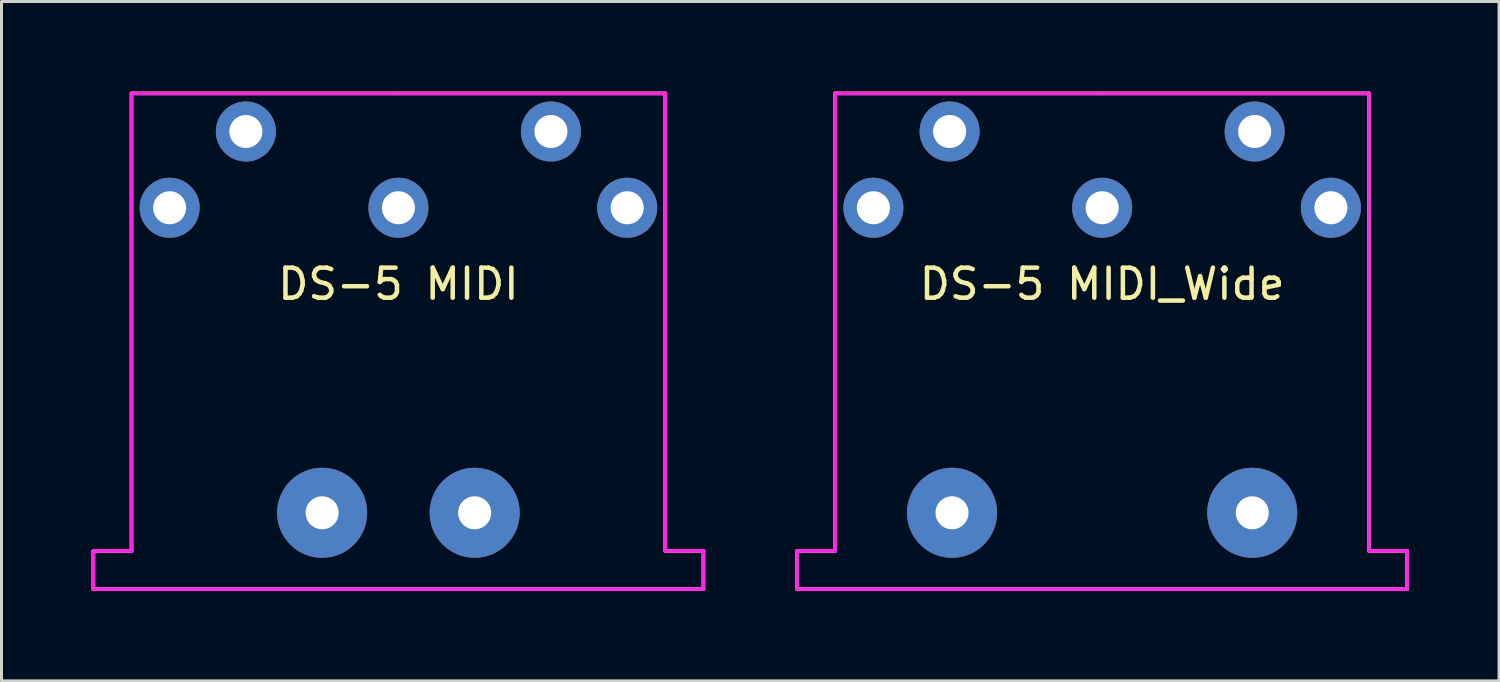
<source format=kicad_pcb>
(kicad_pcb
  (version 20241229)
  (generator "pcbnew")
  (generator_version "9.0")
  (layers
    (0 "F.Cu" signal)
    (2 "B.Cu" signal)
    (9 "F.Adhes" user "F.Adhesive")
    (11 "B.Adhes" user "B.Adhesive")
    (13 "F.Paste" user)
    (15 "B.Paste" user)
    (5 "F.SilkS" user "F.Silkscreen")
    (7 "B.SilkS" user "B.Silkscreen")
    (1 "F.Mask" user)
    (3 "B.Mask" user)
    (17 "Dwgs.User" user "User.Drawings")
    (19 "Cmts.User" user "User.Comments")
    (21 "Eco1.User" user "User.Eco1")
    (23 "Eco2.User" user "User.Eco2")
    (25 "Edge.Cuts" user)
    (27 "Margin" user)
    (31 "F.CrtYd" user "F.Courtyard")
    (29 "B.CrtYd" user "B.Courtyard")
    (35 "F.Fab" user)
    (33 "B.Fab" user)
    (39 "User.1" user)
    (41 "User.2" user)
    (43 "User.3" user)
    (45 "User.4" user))
  (footprint "DS-5 MIDI_Wide"
    (layer "F.Cu")
    (at 33.66 3.87)
    (property "Reference" "DS-5 MIDI_Wide" (at 0 2.54 0) (unlocked yes) (layer "F.SilkS") (effects (font (size 1 1) (thickness 0.15))))
    (attr through_hole)
    (fp_line (start -10.16 11.43) (end -10.16 12.7) (stroke (width 0.12) (type solid)) (layer "F.SilkS"))
    (fp_line (start -10.16 12.7) (end 0 12.7) (stroke (width 0.12) (type solid)) (layer "F.SilkS"))
    (fp_line (start -8.89 -3.81) (end -8.89 11.43) (stroke (width 0.12) (type solid)) (layer "F.SilkS"))
    (fp_line (start -8.89 11.43) (end -10.16 11.43) (stroke (width 0.12) (type solid)) (layer "F.SilkS"))
    (fp_line (start 0 12.7) (end 10.16 12.7) (stroke (width 0.12) (type solid)) (layer "F.SilkS"))
    (fp_line (start 8.89 -3.81) (end -8.89 -3.81) (stroke (width 0.12) (type solid)) (layer "F.SilkS"))
    (fp_line (start 8.89 11.43) (end 8.89 -3.81) (stroke (width 0.12) (type solid)) (layer "F.SilkS"))
    (fp_line (start 10.16 11.43) (end 8.89 11.43) (stroke (width 0.12) (type solid)) (layer "F.SilkS"))
    (fp_line (start 10.16 12.7) (end 10.16 11.43) (stroke (width 0.12) (type solid)) (layer "F.SilkS"))
    (fp_line (start -10.16 11.43) (end -10.16 12.7) (stroke (width 0.12) (type solid)) (layer "F.CrtYd"))
    (fp_line (start -10.16 12.7) (end 0 12.7) (stroke (width 0.12) (type solid)) (layer "F.CrtYd"))
    (fp_line (start -8.89 -3.81) (end -8.89 11.43) (stroke (width 0.12) (type solid)) (layer "F.CrtYd"))
    (fp_line (start -8.89 11.43) (end -10.16 11.43) (stroke (width 0.12) (type solid)) (layer "F.CrtYd"))
    (fp_line (start 0 -3.81) (end -8.89 -3.81) (stroke (width 0.12) (type solid)) (layer "F.CrtYd"))
    (fp_line (start 0 12.7) (end 10.16 12.7) (stroke (width 0.12) (type solid)) (layer "F.CrtYd"))
    (fp_line (start 8.89 -3.81) (end 0 -3.81) (stroke (width 0.12) (type solid)) (layer "F.CrtYd"))
    (fp_line (start 8.89 11.43) (end 8.89 -3.81) (stroke (width 0.12) (type solid)) (layer "F.CrtYd"))
    (fp_line (start 8.89 11.43) (end 10.16 11.43) (stroke (width 0.12) (type solid)) (layer "F.CrtYd"))
    (fp_line (start 10.16 12.7) (end 10.16 11.43) (stroke (width 0.12) (type solid)) (layer "F.CrtYd"))
    (fp_line (start -10.16 11.43) (end -10.16 12.7) (stroke (width 0.1) (type solid)) (layer "F.Fab"))
    (fp_line (start -10.16 12.7) (end 10.16 12.7) (stroke (width 0.1) (type solid)) (layer "F.Fab"))
    (fp_line (start -8.89 -3.81) (end -8.89 11.43) (stroke (width 0.1) (type solid)) (layer "F.Fab"))
    (fp_line (start -8.89 11.43) (end -10.16 11.43) (stroke (width 0.1) (type solid)) (layer "F.Fab"))
    (fp_line (start 8.89 -3.81) (end -8.89 -3.81) (stroke (width 0.1) (type solid)) (layer "F.Fab"))
    (fp_line (start 8.89 11.43) (end 8.89 -3.81) (stroke (width 0.1) (type solid)) (layer "F.Fab"))
    (fp_line (start 10.16 11.43) (end 8.89 11.43) (stroke (width 0.1) (type solid)) (layer "F.Fab"))
    (fp_line (start 10.16 12.7) (end 10.16 11.43) (stroke (width 0.1) (type solid)) (layer "F.Fab"))
    (pad "1" thru_hole circle (at 7.62 0) (size 2 2) (drill 1.1) (layers "*.Cu" "*.Mask"))
    (pad "2" thru_hole circle (at 0 0) (size 2 2) (drill 1.1) (layers "*.Cu" "*.Mask"))
    (pad "3" thru_hole circle (at -7.62 0) (size 2 2) (drill 1.1) (layers "*.Cu" "*.Mask"))
    (pad "4" thru_hole circle (at 5.08 -2.54) (size 2 2) (drill 1.1) (layers "*.Cu" "*.Mask"))
    (pad "5" thru_hole circle (at -5.08 -2.54) (size 2 2) (drill 1.1) (layers "*.Cu" "*.Mask"))
    (pad "MP" thru_hole circle (at -5 10.16) (size 3 3) (drill 1.1) (layers "*.Cu" "*.Mask"))
    (pad "MP" thru_hole circle (at 5 10.16) (size 3 3) (drill 1.1) (layers "*.Cu" "*.Mask")))
  (footprint "DS-5 MIDI"
    (layer "F.Cu")
    (at 10.22 3.87)
    (property "Reference" "DS-5 MIDI" (at 0 2.54 0) (unlocked yes) (layer "F.SilkS") (effects (font (size 1 1) (thickness 0.15))))
    (attr through_hole)
    (fp_line (start -10.16 11.43) (end -10.16 12.7) (stroke (width 0.12) (type solid)) (layer "F.SilkS"))
    (fp_line (start -10.16 12.7) (end 0 12.7) (stroke (width 0.12) (type solid)) (layer "F.SilkS"))
    (fp_line (start -8.89 -3.81) (end -8.89 11.43) (stroke (width 0.12) (type solid)) (layer "F.SilkS"))
    (fp_line (start -8.89 11.43) (end -10.16 11.43) (stroke (width 0.12) (type solid)) (layer "F.SilkS"))
    (fp_line (start 0 12.7) (end 10.16 12.7) (stroke (width 0.12) (type solid)) (layer "F.SilkS"))
    (fp_line (start 8.89 -3.81) (end -8.89 -3.81) (stroke (width 0.12) (type solid)) (layer "F.SilkS"))
    (fp_line (start 8.89 11.43) (end 8.89 -3.81) (stroke (width 0.12) (type solid)) (layer "F.SilkS"))
    (fp_line (start 10.16 11.43) (end 8.89 11.43) (stroke (width 0.12) (type solid)) (layer "F.SilkS"))
    (fp_line (start 10.16 12.7) (end 10.16 11.43) (stroke (width 0.12) (type solid)) (layer "F.SilkS"))
    (fp_line (start -10.16 11.43) (end -10.16 12.7) (stroke (width 0.12) (type solid)) (layer "F.CrtYd"))
    (fp_line (start -10.16 12.7) (end 0 12.7) (stroke (width 0.12) (type solid)) (layer "F.CrtYd"))
    (fp_line (start -8.89 -3.81) (end -8.89 11.43) (stroke (width 0.12) (type solid)) (layer "F.CrtYd"))
    (fp_line (start -8.89 11.43) (end -10.16 11.43) (stroke (width 0.12) (type solid)) (layer "F.CrtYd"))
    (fp_line (start 0 -3.81) (end -8.89 -3.81) (stroke (width 0.12) (type solid)) (layer "F.CrtYd"))
    (fp_line (start 0 12.7) (end 10.16 12.7) (stroke (width 0.12) (type solid)) (layer "F.CrtYd"))
    (fp_line (start 8.89 -3.81) (end 0 -3.81) (stroke (width 0.12) (type solid)) (layer "F.CrtYd"))
    (fp_line (start 8.89 11.43) (end 8.89 -3.81) (stroke (width 0.12) (type solid)) (layer "F.CrtYd"))
    (fp_line (start 8.89 11.43) (end 10.16 11.43) (stroke (width 0.12) (type solid)) (layer "F.CrtYd"))
    (fp_line (start 10.16 12.7) (end 10.16 11.43) (stroke (width 0.12) (type solid)) (layer "F.CrtYd"))
    (fp_line (start -10.16 11.43) (end -10.16 12.7) (stroke (width 0.1) (type solid)) (layer "F.Fab"))
    (fp_line (start -10.16 12.7) (end 10.16 12.7) (stroke (width 0.1) (type solid)) (layer "F.Fab"))
    (fp_line (start -8.89 -3.81) (end -8.89 11.43) (stroke (width 0.1) (type solid)) (layer "F.Fab"))
    (fp_line (start -8.89 11.43) (end -10.16 11.43) (stroke (width 0.1) (type solid)) (layer "F.Fab"))
    (fp_line (start 8.89 -3.81) (end -8.89 -3.81) (stroke (width 0.1) (type solid)) (layer "F.Fab"))
    (fp_line (start 8.89 11.43) (end 8.89 -3.81) (stroke (width 0.1) (type solid)) (layer "F.Fab"))
    (fp_line (start 10.16 11.43) (end 8.89 11.43) (stroke (width 0.1) (type solid)) (layer "F.Fab"))
    (fp_line (start 10.16 12.7) (end 10.16 11.43) (stroke (width 0.1) (type solid)) (layer "F.Fab"))
    (pad "1" thru_hole circle (at 7.62 0) (size 2 2) (drill 1.1) (layers "*.Cu" "*.Mask"))
    (pad "2" thru_hole circle (at 0 0) (size 2 2) (drill 1.1) (layers "*.Cu" "*.Mask"))
    (pad "3" thru_hole circle (at -7.62 0) (size 2 2) (drill 1.1) (layers "*.Cu" "*.Mask"))
    (pad "4" thru_hole circle (at 5.08 -2.54) (size 2 2) (drill 1.1) (layers "*.Cu" "*.Mask"))
    (pad "5" thru_hole circle (at -5.08 -2.54) (size 2 2) (drill 1.1) (layers "*.Cu" "*.Mask"))
    (pad "MP" thru_hole circle (at -2.54 10.16) (size 3 3) (drill 1.1) (layers "*.Cu" "*.Mask"))
    (pad "MP" thru_hole circle (at 2.54 10.16) (size 3 3) (drill 1.1) (layers "*.Cu" "*.Mask")))
  (gr_rect
    (start -3 -3)
    (end 46.88 19.63)
    (stroke (width 0.1) (type default))
    (fill no)
    (layer "Edge.Cuts")))
</source>
